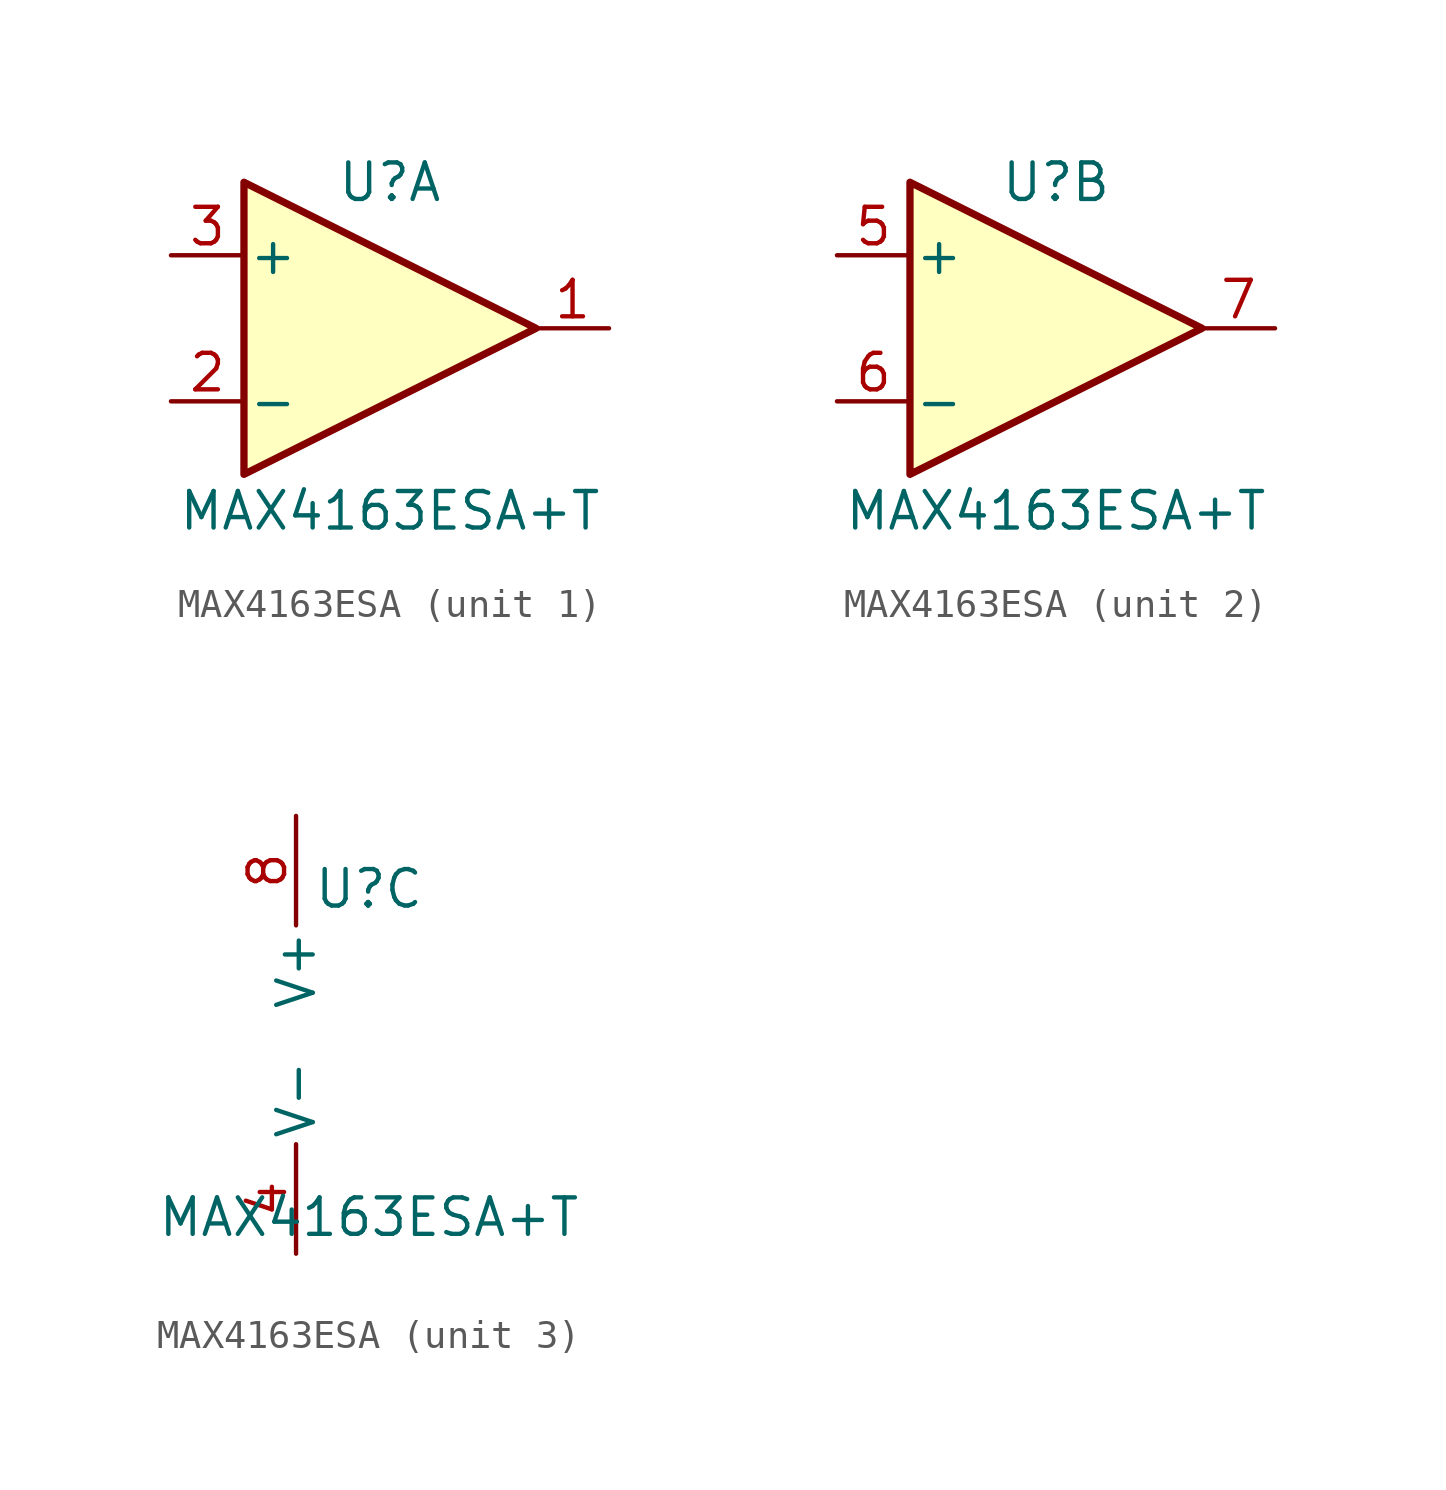
<source format=kicad_sym>
(kicad_symbol_lib
  (version 20220914)
  (generator kicad_symbol_editor)
  (symbol "MAX4163ESA"
    (pin_names
      (offset 0.127))
    (property "Reference" "U"
      (at 0 5.08 0)
      (effects (font (size 1.27 1.27))))
    (property "Value" "MAX4163ESA+T"
      (at 0 -6.35 0)
      (effects (font (size 1.27 1.27))))
    (property "ki_locked" ""
      (at 0 0 0)
      (effects (font (size 1.27 1.27))))
    (symbol "MAX4163ESA_1_1"
      (polyline (pts (xy -5.08 5.08) (xy 5.08 0) (xy -5.08 -5.08) (xy -5.08 5.08)) (stroke (width 0.254) (type default)) (fill (type background)))
      (pin output line (at 7.62 0 180) (length 2.54) (name "~" (effects (font (size 1.27 1.27)))) (number "1" (effects (font (size 1.27 1.27)))))
      (pin input line (at -7.62 -2.54 0) (length 2.54) (name "-" (effects (font (size 1.27 1.27)))) (number "2" (effects (font (size 1.27 1.27)))))
      (pin input line (at -7.62 2.54 0) (length 2.54) (name "+" (effects (font (size 1.27 1.27)))) (number "3" (effects (font (size 1.27 1.27))))))
    (symbol "MAX4163ESA_2_1"
      (polyline (pts (xy -5.08 5.08) (xy 5.08 0) (xy -5.08 -5.08) (xy -5.08 5.08)) (stroke (width 0.254) (type default)) (fill (type background)))
      (pin input line (at -7.62 2.54 0) (length 2.54) (name "+" (effects (font (size 1.27 1.27)))) (number "5" (effects (font (size 1.27 1.27)))))
      (pin input line (at -7.62 -2.54 0) (length 2.54) (name "-" (effects (font (size 1.27 1.27)))) (number "6" (effects (font (size 1.27 1.27)))))
      (pin output line (at 7.62 0 180) (length 2.54) (name "~" (effects (font (size 1.27 1.27)))) (number "7" (effects (font (size 1.27 1.27))))))
    (symbol "MAX4163ESA_3_1"
      (pin power_in line (at -2.54 -7.62 90) (length 3.81) (name "V-" (effects (font (size 1.27 1.27)))) (number "4" (effects (font (size 1.27 1.27)))))
      (pin power_in line (at -2.54 7.62 270) (length 3.81) (name "V+" (effects (font (size 1.27 1.27)))) (number "8" (effects (font (size 1.27 1.27))))))))
</source>
